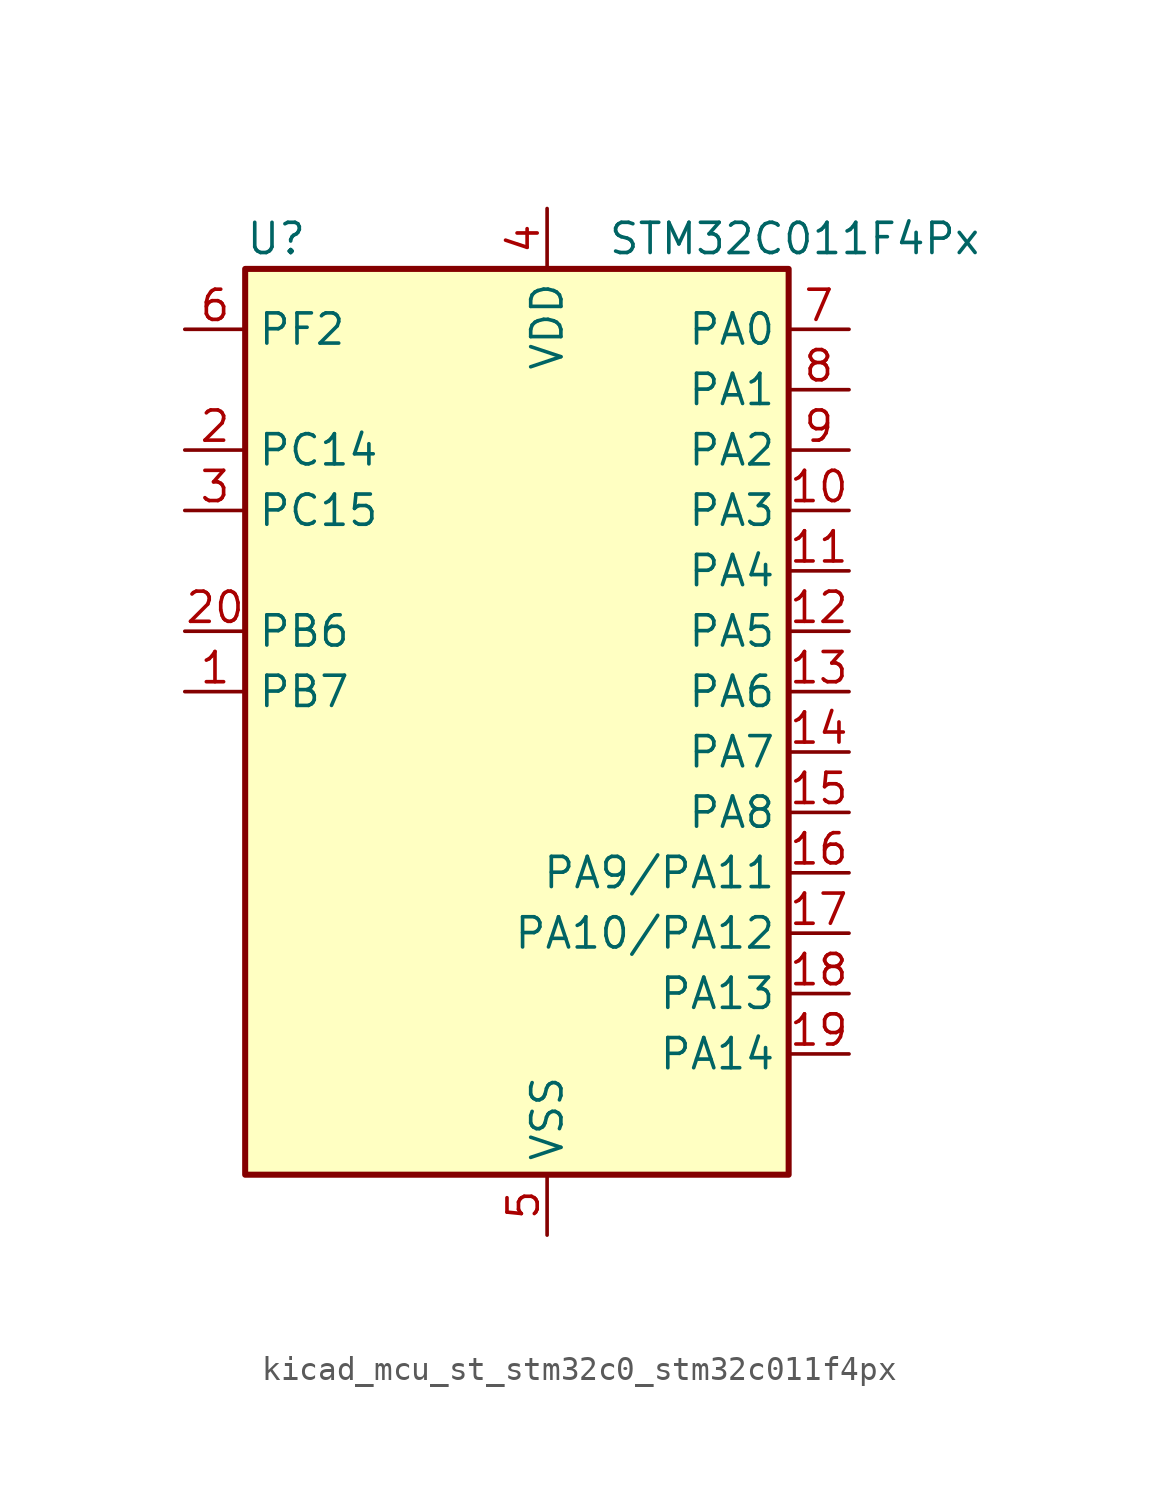
<source format=kicad_sym>
(kicad_symbol_lib
  (version 20220914)
  (generator kicad_symbol_editor)
  (symbol "kicad_mcu_st_stm32c0_stm32c011f4px"
    (property "Reference" "U"
      (at -10.16 21.59 0)
      (effects (font (size 1.27 1.27)) (justify left)))
    (property "Value" "STM32C011F4Px"
      (at 5.08 21.59 0)
      (effects (font (size 1.27 1.27)) (justify left)))
    (property "ki_locked" ""
      (at 0 0 0)
      (effects (font (size 1.27 1.27))))
    (symbol "kicad_mcu_st_stm32c0_stm32c011f4px_0_1"
      (rectangle (start -10.16 -17.78) (end 12.7 20.32) (stroke (width 0.254) (type default)) (fill (type background))))
    (symbol "kicad_mcu_st_stm32c0_stm32c011f4px_1_1"
      (pin bidirectional line (at -12.7 2.54 0) (length 2.54) (name "PB7" (effects (font (size 1.27 1.27)))) (number "1" (effects (font (size 1.27 1.27)))) (alternate "I2C1_SCL" bidirectional line) (alternate "I2C1_SDA" bidirectional line) (alternate "RTC_REFIN" bidirectional line) (alternate "TIM16_CH1" bidirectional line) (alternate "TIM17_CH1N" bidirectional line) (alternate "TIM1_CH4" bidirectional line) (alternate "TIM3_CH1" bidirectional line) (alternate "TIM3_CH4" bidirectional line) (alternate "USART1_RX" bidirectional line) (alternate "USART2_CTS" bidirectional line) (alternate "USART2_NSS" bidirectional line))
      (pin bidirectional line (at 15.24 10.16 180) (length 2.54) (name "PA3" (effects (font (size 1.27 1.27)))) (number "10" (effects (font (size 1.27 1.27)))) (alternate "ADC1_IN3" bidirectional line) (alternate "TIM1_CH1N" bidirectional line) (alternate "TIM1_CH4" bidirectional line) (alternate "USART2_RX" bidirectional line))
      (pin bidirectional line (at 15.24 7.62 180) (length 2.54) (name "PA4" (effects (font (size 1.27 1.27)))) (number "11" (effects (font (size 1.27 1.27)))) (alternate "ADC1_IN4" bidirectional line) (alternate "I2S1_WS" bidirectional line) (alternate "PWR_WKUP2" bidirectional line) (alternate "RTC_OUT1" bidirectional line) (alternate "RTC_TS" bidirectional line) (alternate "SPI1_NSS" bidirectional line) (alternate "TIM14_CH1" bidirectional line) (alternate "TIM17_CH1N" bidirectional line) (alternate "TIM1_CH2N" bidirectional line) (alternate "USART2_TX" bidirectional line))
      (pin bidirectional line (at 15.24 5.08 180) (length 2.54) (name "PA5" (effects (font (size 1.27 1.27)))) (number "12" (effects (font (size 1.27 1.27)))) (alternate "ADC1_IN5" bidirectional line) (alternate "I2S1_CK" bidirectional line) (alternate "SPI1_SCK" bidirectional line) (alternate "TIM1_CH1" bidirectional line) (alternate "TIM1_CH3N" bidirectional line) (alternate "USART2_RX" bidirectional line))
      (pin bidirectional line (at 15.24 2.54 180) (length 2.54) (name "PA6" (effects (font (size 1.27 1.27)))) (number "13" (effects (font (size 1.27 1.27)))) (alternate "ADC1_IN6" bidirectional line) (alternate "I2S1_MCK" bidirectional line) (alternate "SPI1_MISO" bidirectional line) (alternate "TIM16_CH1" bidirectional line) (alternate "TIM1_BKIN" bidirectional line) (alternate "TIM3_CH1" bidirectional line))
      (pin bidirectional line (at 15.24 0 180) (length 2.54) (name "PA7" (effects (font (size 1.27 1.27)))) (number "14" (effects (font (size 1.27 1.27)))) (alternate "ADC1_IN7" bidirectional line) (alternate "I2S1_SD" bidirectional line) (alternate "SPI1_MOSI" bidirectional line) (alternate "TIM14_CH1" bidirectional line) (alternate "TIM17_CH1" bidirectional line) (alternate "TIM1_CH1N" bidirectional line) (alternate "TIM3_CH2" bidirectional line))
      (pin bidirectional line (at 15.24 -2.54 180) (length 2.54) (name "PA8" (effects (font (size 1.27 1.27)))) (number "15" (effects (font (size 1.27 1.27)))) (alternate "ADC1_IN8" bidirectional line) (alternate "I2S1_WS" bidirectional line) (alternate "RCC_MCO" bidirectional line) (alternate "RCC_MCO_2" bidirectional line) (alternate "SPI1_NSS" bidirectional line) (alternate "TIM14_CH1" bidirectional line) (alternate "TIM1_CH1" bidirectional line) (alternate "TIM1_CH2N" bidirectional line) (alternate "TIM1_CH3N" bidirectional line) (alternate "TIM3_CH3" bidirectional line) (alternate "TIM3_CH4" bidirectional line) (alternate "USART1_RX" bidirectional line) (alternate "USART2_TX" bidirectional line))
      (pin bidirectional line (at 15.24 -5.08 180) (length 2.54) (name "PA9/PA11" (effects (font (size 1.27 1.27)))) (number "16" (effects (font (size 1.27 1.27)))) (alternate "I2C1_SCL" bidirectional line) (alternate "RCC_MCO" bidirectional line) (alternate "TIM1_CH2" bidirectional line) (alternate "TIM3_ETR" bidirectional line) (alternate "USART1_TX" bidirectional line))
      (pin bidirectional line (at 15.24 -7.62 180) (length 2.54) (name "PA10/PA12" (effects (font (size 1.27 1.27)))) (number "17" (effects (font (size 1.27 1.27)))) (alternate "I2C1_SDA" bidirectional line) (alternate "RCC_MCO_2" bidirectional line) (alternate "TIM17_BKIN" bidirectional line) (alternate "TIM1_CH3" bidirectional line) (alternate "USART1_RX" bidirectional line))
      (pin bidirectional line (at 15.24 -10.16 180) (length 2.54) (name "PA13" (effects (font (size 1.27 1.27)))) (number "18" (effects (font (size 1.27 1.27)))) (alternate "ADC1_IN13" bidirectional line) (alternate "DEBUG_SWDIO" bidirectional line) (alternate "IR_OUT" bidirectional line) (alternate "TIM3_ETR" bidirectional line) (alternate "USART2_RX" bidirectional line))
      (pin bidirectional line (at 15.24 -12.7 180) (length 2.54) (name "PA14" (effects (font (size 1.27 1.27)))) (number "19" (effects (font (size 1.27 1.27)))) (alternate "ADC1_IN14" bidirectional line) (alternate "DEBUG_SWCLK" bidirectional line) (alternate "I2S1_WS" bidirectional line) (alternate "RCC_MCO_2" bidirectional line) (alternate "SPI1_NSS" bidirectional line) (alternate "TIM1_CH1" bidirectional line) (alternate "USART1_CK" bidirectional line) (alternate "USART1_DE" bidirectional line) (alternate "USART1_RTS" bidirectional line) (alternate "USART2_RX" bidirectional line) (alternate "USART2_TX" bidirectional line))
      (pin bidirectional line (at -12.7 12.7 0) (length 2.54) (name "PC14" (effects (font (size 1.27 1.27)))) (number "2" (effects (font (size 1.27 1.27)))) (alternate "I2C1_SDA" bidirectional line) (alternate "IR_OUT" bidirectional line) (alternate "RCC_OSCX_IN" bidirectional line) (alternate "TIM17_CH1" bidirectional line) (alternate "TIM1_BKIN2" bidirectional line) (alternate "TIM1_ETR" bidirectional line) (alternate "TIM3_CH2" bidirectional line) (alternate "USART1_TX" bidirectional line) (alternate "USART2_CK" bidirectional line) (alternate "USART2_DE" bidirectional line) (alternate "USART2_RTS" bidirectional line))
      (pin bidirectional line (at -12.7 5.08 0) (length 2.54) (name "PB6" (effects (font (size 1.27 1.27)))) (number "20" (effects (font (size 1.27 1.27)))) (alternate "I2C1_SCL" bidirectional line) (alternate "I2C1_SMBA" bidirectional line) (alternate "I2S1_CK" bidirectional line) (alternate "I2S1_MCK" bidirectional line) (alternate "I2S1_SD" bidirectional line) (alternate "PWR_WKUP3" bidirectional line) (alternate "SPI1_MISO" bidirectional line) (alternate "SPI1_MOSI" bidirectional line) (alternate "SPI1_SCK" bidirectional line) (alternate "TIM16_BKIN" bidirectional line) (alternate "TIM16_CH1N" bidirectional line) (alternate "TIM17_BKIN" bidirectional line) (alternate "TIM1_CH2" bidirectional line) (alternate "TIM1_CH3" bidirectional line) (alternate "TIM3_CH1" bidirectional line) (alternate "TIM3_CH2" bidirectional line) (alternate "TIM3_CH3" bidirectional line) (alternate "USART1_CK" bidirectional line) (alternate "USART1_CTS" bidirectional line) (alternate "USART1_DE" bidirectional line) (alternate "USART1_NSS" bidirectional line) (alternate "USART1_RTS" bidirectional line) (alternate "USART1_TX" bidirectional line))
      (pin bidirectional line (at -12.7 10.16 0) (length 2.54) (name "PC15" (effects (font (size 1.27 1.27)))) (number "3" (effects (font (size 1.27 1.27)))) (alternate "RCC_OSC32_EN" bidirectional line) (alternate "RCC_OSCX_OUT" bidirectional line) (alternate "RCC_OSC_EN" bidirectional line) (alternate "TIM1_ETR" bidirectional line) (alternate "TIM3_CH3" bidirectional line))
      (pin power_in line (at 2.54 22.86 270) (length 2.54) (name "VDD" (effects (font (size 1.27 1.27)))) (number "4" (effects (font (size 1.27 1.27)))))
      (pin power_in line (at 2.54 -20.32 90) (length 2.54) (name "VSS" (effects (font (size 1.27 1.27)))) (number "5" (effects (font (size 1.27 1.27)))))
      (pin bidirectional line (at -12.7 17.78 0) (length 2.54) (name "PF2" (effects (font (size 1.27 1.27)))) (number "6" (effects (font (size 1.27 1.27)))) (alternate "RCC_MCO" bidirectional line) (alternate "TIM1_CH4" bidirectional line))
      (pin bidirectional line (at 15.24 17.78 180) (length 2.54) (name "PA0" (effects (font (size 1.27 1.27)))) (number "7" (effects (font (size 1.27 1.27)))) (alternate "ADC1_IN0" bidirectional line) (alternate "PWR_WKUP1" bidirectional line) (alternate "TIM16_CH1" bidirectional line) (alternate "TIM1_CH1" bidirectional line) (alternate "USART1_TX" bidirectional line) (alternate "USART2_CTS" bidirectional line) (alternate "USART2_NSS" bidirectional line))
      (pin bidirectional line (at 15.24 15.24 180) (length 2.54) (name "PA1" (effects (font (size 1.27 1.27)))) (number "8" (effects (font (size 1.27 1.27)))) (alternate "ADC1_IN1" bidirectional line) (alternate "I2C1_SMBA" bidirectional line) (alternate "I2S1_CK" bidirectional line) (alternate "SPI1_SCK" bidirectional line) (alternate "TIM17_CH1" bidirectional line) (alternate "TIM1_CH2" bidirectional line) (alternate "USART1_RX" bidirectional line) (alternate "USART2_CK" bidirectional line) (alternate "USART2_DE" bidirectional line) (alternate "USART2_RTS" bidirectional line))
      (pin bidirectional line (at 15.24 12.7 180) (length 2.54) (name "PA2" (effects (font (size 1.27 1.27)))) (number "9" (effects (font (size 1.27 1.27)))) (alternate "ADC1_IN2" bidirectional line) (alternate "I2S1_SD" bidirectional line) (alternate "PWR_WKUP4" bidirectional line) (alternate "RCC_LSCO" bidirectional line) (alternate "SPI1_MOSI" bidirectional line) (alternate "TIM16_CH1N" bidirectional line) (alternate "TIM1_CH3" bidirectional line) (alternate "TIM3_ETR" bidirectional line) (alternate "USART2_TX" bidirectional line)))))
</source>
